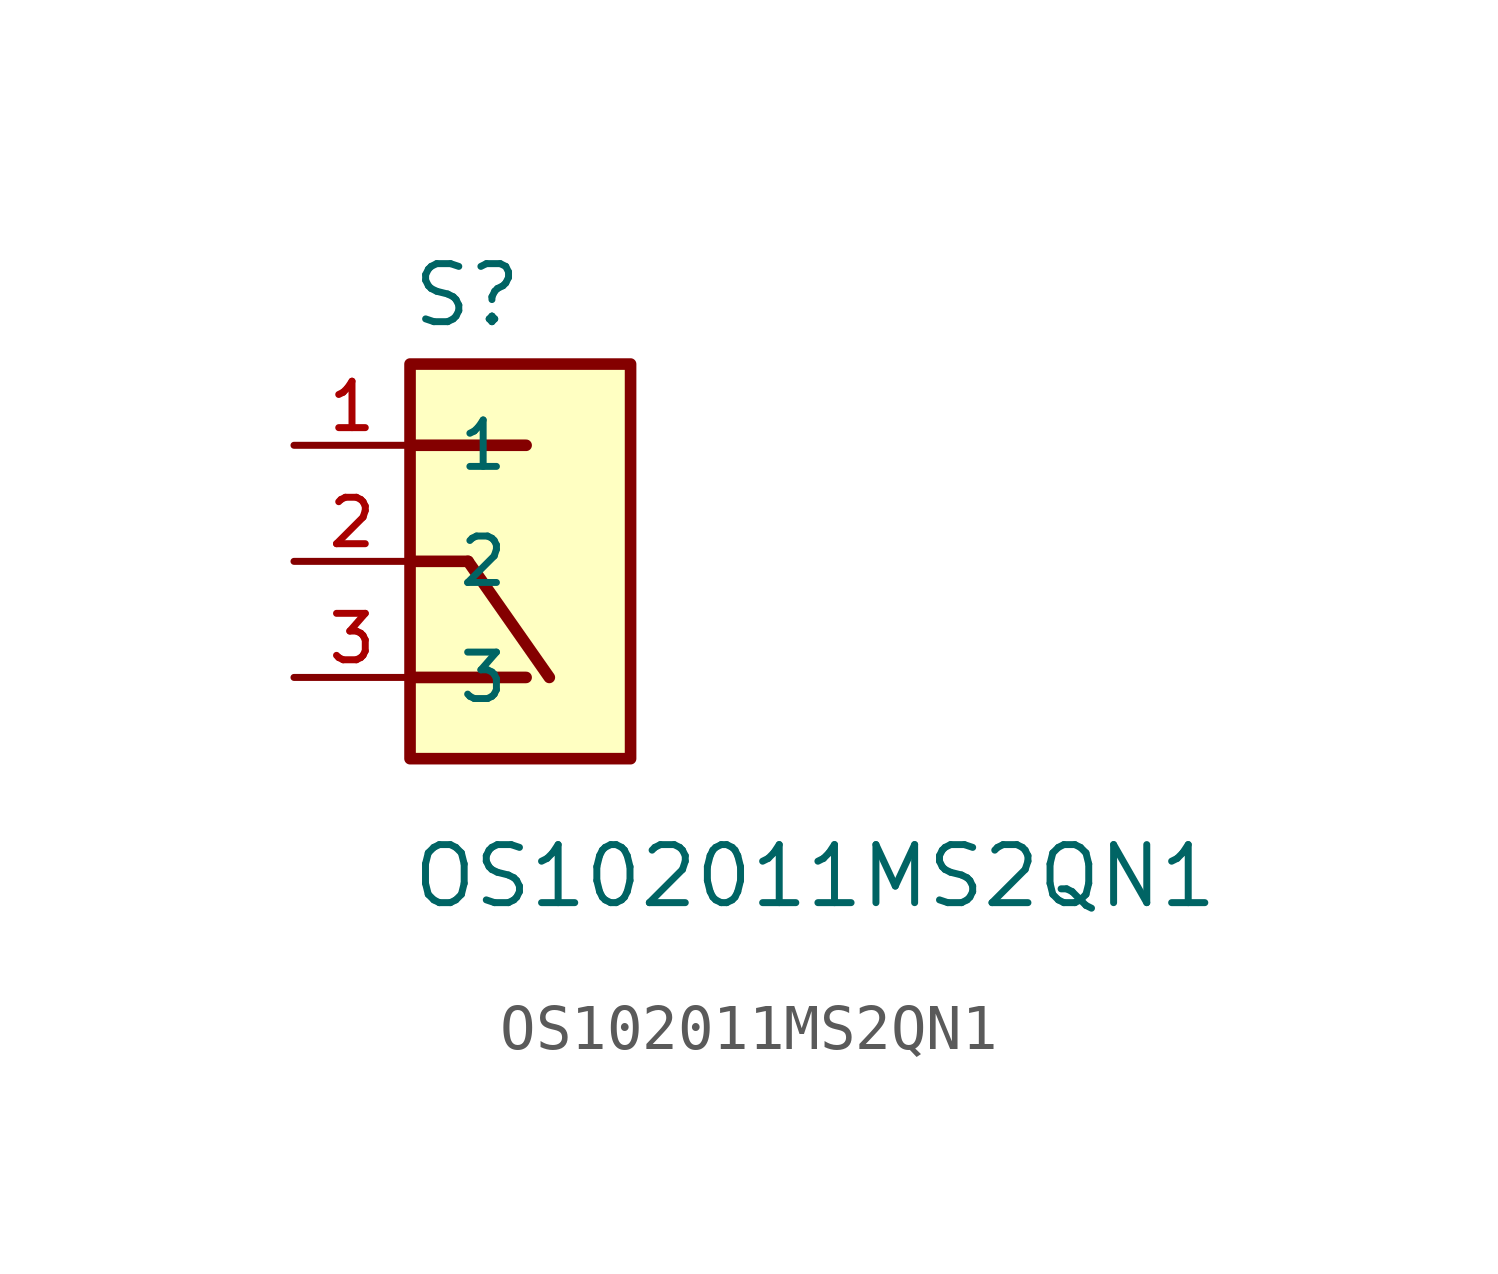
<source format=kicad_sym>
(kicad_symbol_lib
  (version 20231120)
  (generator "kicad_symbol_editor")
  (generator_version "8.0")
  (symbol "OS102011MS2QN1"
    (pin_names
      (offset 1.016))
    (property "Reference" "S"
      (at -2.541 5.082 0)
      (effects (font (size 1.27 1.27)) (justify left bottom)))
    (property "Value" "OS102011MS2QN1"
      (at -2.544 -7.632 0)
      (effects (font (size 1.27 1.27)) (justify left bottom)))
    (symbol "OS102011MS2QN1_0_0"
      (rectangle (start -2.54 -4.318) (end 2.286 4.318) (stroke (width 0.254) (type default)) (fill (type background)))
      (polyline (pts (xy -2.54 -2.54) (xy 0 -2.54)) (stroke (width 0.254) (type default)) (fill (type none)))
      (polyline (pts (xy -2.54 0) (xy -1.27 0)) (stroke (width 0.254) (type default)) (fill (type none)))
      (polyline (pts (xy -2.54 2.54) (xy 0 2.54)) (stroke (width 0.254) (type default)) (fill (type none)))
      (polyline (pts (xy -1.27 0) (xy 0.508 -2.54)) (stroke (width 0.254) (type default)) (fill (type none)))
      (pin passive line (at -5.08 2.54 0) (length 2.54) (name "1" (effects (font (size 1.016 1.016)))) (number "1" (effects (font (size 1.016 1.016)))))
      (pin passive line (at -5.08 0 0) (length 2.54) (name "2" (effects (font (size 1.016 1.016)))) (number "2" (effects (font (size 1.016 1.016)))))
      (pin passive line (at -5.08 -2.54 0) (length 2.54) (name "3" (effects (font (size 1.016 1.016)))) (number "3" (effects (font (size 1.016 1.016))))))))
</source>
